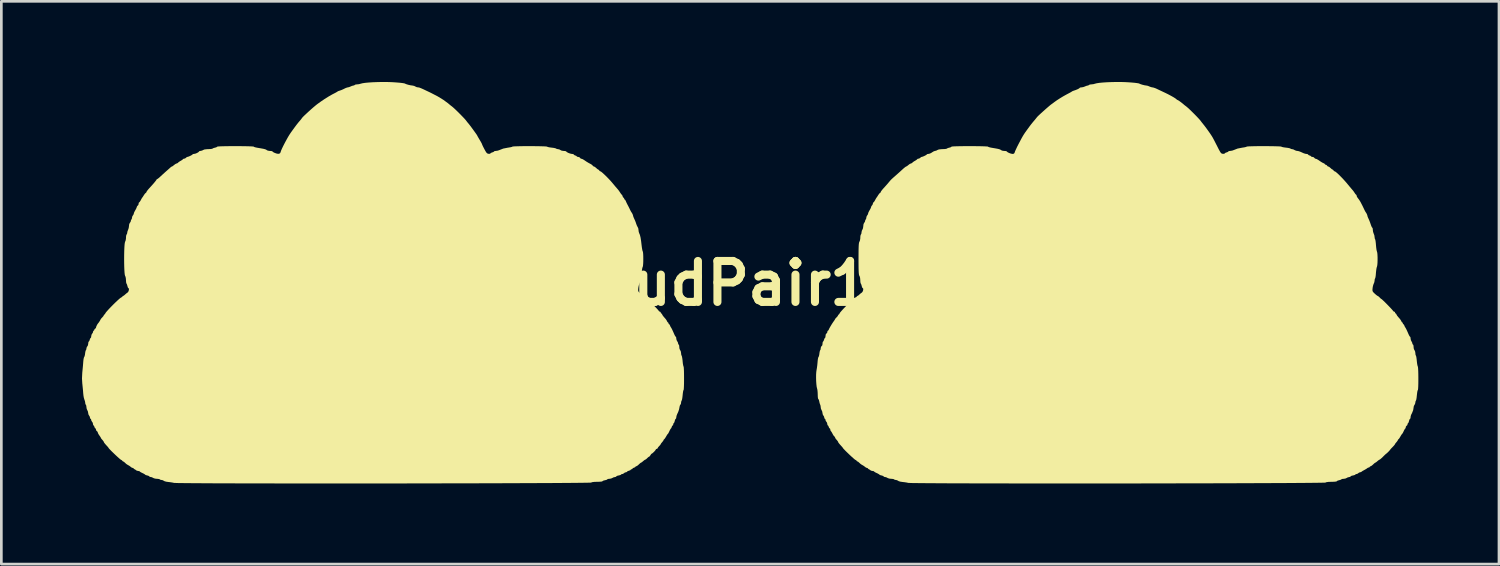
<source format=kicad_pcb>
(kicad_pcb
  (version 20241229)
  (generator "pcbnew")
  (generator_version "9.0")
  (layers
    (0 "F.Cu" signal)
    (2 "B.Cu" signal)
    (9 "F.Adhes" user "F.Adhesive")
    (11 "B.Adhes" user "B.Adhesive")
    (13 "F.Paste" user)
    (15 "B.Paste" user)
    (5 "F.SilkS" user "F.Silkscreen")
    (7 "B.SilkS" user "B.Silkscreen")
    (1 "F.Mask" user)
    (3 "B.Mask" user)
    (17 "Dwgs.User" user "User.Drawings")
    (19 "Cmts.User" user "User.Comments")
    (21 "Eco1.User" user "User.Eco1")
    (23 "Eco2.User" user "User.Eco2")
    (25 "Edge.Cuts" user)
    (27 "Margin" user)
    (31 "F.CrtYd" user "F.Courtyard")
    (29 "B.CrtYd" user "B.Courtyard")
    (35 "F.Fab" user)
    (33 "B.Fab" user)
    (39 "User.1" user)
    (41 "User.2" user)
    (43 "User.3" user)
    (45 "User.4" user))
  (footprint "CloudPair1.96"
    (layer "F.Cu")
    (at 24.874 7.493)
    (property "Reference" "CloudPair1.96" (at 0 0 0) (layer "F.SilkS") (effects (font (size 1.524 1.524) (thickness 0.3))))
    (attr board_only exclude_from_pos_files exclude_from_bom)
    (fp_poly (pts (xy -13.549 -7.493) (xy -13.385 -7.488) (xy -13.285 -7.483) (xy -13.157 -7.474) (xy -13.043 -7.464) (xy -12.951 -7.453) (xy -12.889 -7.443) (xy -12.867 -7.437) (xy -12.816 -7.414) (xy -12.74 -7.39) (xy -12.657 -7.371) (xy -12.587 -7.361) (xy -12.576 -7.36) (xy -12.514 -7.346) (xy -12.476 -7.326) (xy -12.418 -7.3) (xy -12.377 -7.293) (xy -12.354 -7.291) (xy -12.328 -7.286) (xy -12.292 -7.273) (xy -12.241 -7.252) (xy -12.169 -7.22) (xy -12.071 -7.173) (xy -11.94 -7.111) (xy -11.875 -7.079) (xy -11.638 -6.956) (xy -11.429 -6.828) (xy -11.255 -6.7) (xy -11.204 -6.657) (xy -11.171 -6.629) (xy -11.12 -6.59) (xy -11.105 -6.579) (xy -11.055 -6.536) (xy -10.984 -6.471) (xy -10.9 -6.39) (xy -10.812 -6.302) (xy -10.727 -6.215) (xy -10.653 -6.138) (xy -10.6 -6.078) (xy -10.581 -6.054) (xy -10.54 -5.999) (xy -10.503 -5.956) (xy -10.476 -5.923) (xy -10.431 -5.865) (xy -10.377 -5.793) (xy -10.319 -5.714) (xy -10.263 -5.636) (xy -10.215 -5.569) (xy -10.181 -5.52) (xy -10.169 -5.498) (xy -10.169 -5.498) (xy -10.158 -5.475) (xy -10.129 -5.424) (xy -10.089 -5.356) (xy -10.08 -5.341) (xy -10.037 -5.269) (xy -10.006 -5.212) (xy -9.991 -5.179) (xy -9.991 -5.177) (xy -9.981 -5.15) (xy -9.955 -5.094) (xy -9.917 -5.02) (xy -9.903 -4.993) (xy -9.858 -4.911) (xy -9.824 -4.86) (xy -9.794 -4.834) (xy -9.76 -4.823) (xy -9.747 -4.821) (xy -9.7 -4.822) (xy -9.678 -4.835) (xy -9.678 -4.836) (xy -9.659 -4.856) (xy -9.613 -4.872) (xy -9.611 -4.873) (xy -9.565 -4.889) (xy -9.545 -4.907) (xy -9.545 -4.908) (xy -9.525 -4.922) (xy -9.478 -4.928) (xy -9.475 -4.928) (xy -9.404 -4.939) (xy -9.347 -4.959) (xy -9.201 -5.016) (xy -9.021 -5.051) (xy -9.003 -5.053) (xy -8.932 -5.065) (xy -8.88 -5.078) (xy -8.862 -5.088) (xy -8.838 -5.093) (xy -8.775 -5.098) (xy -8.682 -5.101) (xy -8.565 -5.104) (xy -8.43 -5.106) (xy -8.286 -5.106) (xy -8.139 -5.106) (xy -7.995 -5.105) (xy -7.861 -5.103) (xy -7.746 -5.1) (xy -7.654 -5.097) (xy -7.594 -5.092) (xy -7.572 -5.087) (xy -7.545 -5.075) (xy -7.487 -5.062) (xy -7.408 -5.051) (xy -7.404 -5.051) (xy -7.325 -5.041) (xy -7.264 -5.028) (xy -7.235 -5.016) (xy -7.235 -5.015) (xy -7.206 -5) (xy -7.167 -4.995) (xy -7.11 -4.982) (xy -7.077 -4.962) (xy -7.034 -4.94) (xy -6.97 -4.929) (xy -6.958 -4.928) (xy -6.901 -4.924) (xy -6.868 -4.915) (xy -6.865 -4.912) (xy -6.835 -4.884) (xy -6.779 -4.854) (xy -6.712 -4.83) (xy -6.653 -4.817) (xy -6.644 -4.817) (xy -6.597 -4.81) (xy -6.579 -4.795) (xy -6.56 -4.774) (xy -6.523 -4.759) (xy -6.481 -4.742) (xy -6.467 -4.725) (xy -6.448 -4.71) (xy -6.414 -4.705) (xy -6.367 -4.693) (xy -6.348 -4.672) (xy -6.317 -4.642) (xy -6.299 -4.638) (xy -6.258 -4.626) (xy -6.204 -4.596) (xy -6.192 -4.588) (xy -6.102 -4.527) (xy -6.02 -4.478) (xy -5.958 -4.446) (xy -5.906 -4.414) (xy -5.874 -4.383) (xy -5.872 -4.378) (xy -5.842 -4.351) (xy -5.828 -4.349) (xy -5.792 -4.333) (xy -5.748 -4.296) (xy -5.744 -4.293) (xy -5.703 -4.255) (xy -5.672 -4.237) (xy -5.67 -4.237) (xy -5.643 -4.219) (xy -5.634 -4.204) (xy -5.605 -4.174) (xy -5.589 -4.17) (xy -5.56 -4.155) (xy -5.509 -4.113) (xy -5.441 -4.051) (xy -5.364 -3.977) (xy -5.285 -3.896) (xy -5.21 -3.816) (xy -5.151 -3.748) (xy -5.025 -3.597) (xy -4.932 -3.49) (xy -4.893 -3.439) (xy -4.852 -3.377) (xy -4.849 -3.373) (xy -4.818 -3.326) (xy -4.795 -3.301) (xy -4.792 -3.3) (xy -4.776 -3.282) (xy -4.763 -3.245) (xy -4.745 -3.203) (xy -4.727 -3.189) (xy -4.708 -3.171) (xy -4.705 -3.155) (xy -4.694 -3.126) (xy -4.685 -3.122) (xy -4.664 -3.104) (xy -4.642 -3.061) (xy -4.615 -2.999) (xy -4.58 -2.929) (xy -4.575 -2.921) (xy -4.537 -2.848) (xy -4.497 -2.767) (xy -4.491 -2.754) (xy -4.463 -2.697) (xy -4.442 -2.66) (xy -4.438 -2.654) (xy -4.411 -2.615) (xy -4.385 -2.562) (xy -4.371 -2.519) (xy -4.371 -2.514) (xy -4.361 -2.477) (xy -4.337 -2.421) (xy -4.331 -2.408) (xy -4.298 -2.336) (xy -4.266 -2.251) (xy -4.26 -2.23) (xy -4.235 -2.162) (xy -4.209 -2.108) (xy -4.2 -2.094) (xy -4.179 -2.048) (xy -4.17 -1.987) (xy -4.162 -1.919) (xy -4.144 -1.866) (xy -4.117 -1.801) (xy -4.094 -1.707) (xy -4.074 -1.58) (xy -4.056 -1.427) (xy -4.044 -1.333) (xy -4.031 -1.256) (xy -4.019 -1.206) (xy -4.013 -1.194) (xy -4.004 -1.163) (xy -3.997 -1.098) (xy -3.993 -1.011) (xy -3.992 -0.911) (xy -3.993 -0.811) (xy -3.997 -0.721) (xy -4.004 -0.651) (xy -4.013 -0.613) (xy -4.015 -0.61) (xy -4.027 -0.579) (xy -4.039 -0.514) (xy -4.049 -0.429) (xy -4.052 -0.393) (xy -4.06 -0.305) (xy -4.07 -0.234) (xy -4.08 -0.193) (xy -4.084 -0.187) (xy -4.098 -0.159) (xy -4.103 -0.109) (xy -4.114 -0.043) (xy -4.134 0.006) (xy -4.154 0.057) (xy -4.171 0.131) (xy -4.178 0.175) (xy -4.184 0.244) (xy -4.178 0.289) (xy -4.153 0.328) (xy -4.102 0.378) (xy -4.098 0.382) (xy -4.043 0.429) (xy -3.998 0.461) (xy -3.979 0.468) (xy -3.949 0.485) (xy -3.912 0.524) (xy -3.912 0.524) (xy -3.878 0.563) (xy -3.854 0.58) (xy -3.854 0.58) (xy -3.832 0.595) (xy -3.787 0.635) (xy -3.726 0.694) (xy -3.655 0.764) (xy -3.583 0.838) (xy -3.515 0.909) (xy -3.459 0.969) (xy -3.423 1.011) (xy -3.412 1.028) (xy -3.394 1.046) (xy -3.378 1.048) (xy -3.349 1.066) (xy -3.345 1.082) (xy -3.334 1.111) (xy -3.324 1.115) (xy -3.301 1.133) (xy -3.29 1.157) (xy -3.267 1.198) (xy -3.224 1.252) (xy -3.202 1.276) (xy -3.154 1.332) (xy -3.119 1.384) (xy -3.112 1.401) (xy -3.092 1.439) (xy -3.076 1.45) (xy -3.057 1.468) (xy -3.055 1.483) (xy -3.044 1.513) (xy -3.034 1.516) (xy -3.012 1.535) (xy -2.998 1.567) (xy -2.98 1.61) (xy -2.969 1.628) (xy -2.949 1.658) (xy -2.916 1.721) (xy -2.876 1.809) (xy -2.841 1.89) (xy -2.814 1.946) (xy -2.791 1.98) (xy -2.783 1.985) (xy -2.77 2.004) (xy -2.765 2.05) (xy -2.754 2.109) (xy -2.732 2.149) (xy -2.704 2.198) (xy -2.698 2.228) (xy -2.689 2.266) (xy -2.676 2.275) (xy -2.662 2.294) (xy -2.654 2.344) (xy -2.654 2.362) (xy -2.646 2.428) (xy -2.625 2.477) (xy -2.62 2.483) (xy -2.597 2.528) (xy -2.587 2.59) (xy -2.587 2.592) (xy -2.581 2.65) (xy -2.567 2.687) (xy -2.566 2.688) (xy -2.554 2.719) (xy -2.542 2.783) (xy -2.531 2.867) (xy -2.529 2.894) (xy -2.52 2.981) (xy -2.508 3.048) (xy -2.498 3.086) (xy -2.494 3.091) (xy -2.488 3.115) (xy -2.483 3.176) (xy -2.479 3.264) (xy -2.477 3.371) (xy -2.476 3.489) (xy -2.476 3.609) (xy -2.477 3.725) (xy -2.48 3.827) (xy -2.484 3.907) (xy -2.489 3.957) (xy -2.494 3.969) (xy -2.505 3.99) (xy -2.515 4.045) (xy -2.525 4.123) (xy -2.527 4.152) (xy -2.537 4.239) (xy -2.548 4.31) (xy -2.561 4.352) (xy -2.564 4.357) (xy -2.581 4.395) (xy -2.587 4.44) (xy -2.594 4.487) (xy -2.61 4.509) (xy -2.627 4.533) (xy -2.642 4.586) (xy -2.645 4.605) (xy -2.662 4.691) (xy -2.691 4.776) (xy -2.734 4.869) (xy -2.757 4.932) (xy -2.765 4.986) (xy -2.773 5.027) (xy -2.787 5.04) (xy -2.804 5.059) (xy -2.82 5.107) (xy -2.822 5.118) (xy -2.837 5.169) (xy -2.854 5.195) (xy -2.857 5.196) (xy -2.873 5.215) (xy -2.877 5.241) (xy -2.886 5.277) (xy -2.899 5.285) (xy -2.92 5.304) (xy -2.934 5.341) (xy -2.95 5.383) (xy -2.963 5.397) (xy -2.979 5.416) (xy -3.005 5.463) (xy -3.021 5.497) (xy -3.049 5.555) (xy -3.07 5.591) (xy -3.077 5.597) (xy -3.094 5.615) (xy -3.123 5.661) (xy -3.144 5.698) (xy -3.179 5.755) (xy -3.206 5.791) (xy -3.216 5.798) (xy -3.233 5.815) (xy -3.234 5.821) (xy -3.248 5.852) (xy -3.282 5.897) (xy -3.289 5.905) (xy -3.326 5.949) (xy -3.344 5.98) (xy -3.345 5.983) (xy -3.36 6.009) (xy -3.396 6.048) (xy -3.401 6.053) (xy -3.439 6.095) (xy -3.456 6.128) (xy -3.457 6.13) (xy -3.475 6.152) (xy -3.49 6.155) (xy -3.52 6.166) (xy -3.523 6.175) (xy -3.538 6.203) (xy -3.574 6.246) (xy -3.619 6.29) (xy -3.658 6.324) (xy -3.677 6.333) (xy -3.699 6.351) (xy -3.724 6.389) (xy -3.752 6.43) (xy -3.774 6.445) (xy -3.801 6.46) (xy -3.841 6.496) (xy -3.845 6.501) (xy -3.885 6.538) (xy -3.915 6.556) (xy -3.916 6.556) (xy -3.945 6.57) (xy -3.988 6.604) (xy -3.997 6.612) (xy -4.041 6.649) (xy -4.071 6.668) (xy -4.074 6.668) (xy -4.1 6.683) (xy -4.142 6.72) (xy -4.157 6.735) (xy -4.205 6.777) (xy -4.244 6.8) (xy -4.252 6.802) (xy -4.279 6.813) (xy -4.282 6.821) (xy -4.301 6.841) (xy -4.337 6.855) (xy -4.379 6.873) (xy -4.393 6.891) (xy -4.411 6.911) (xy -4.427 6.913) (xy -4.456 6.924) (xy -4.46 6.934) (xy -4.479 6.952) (xy -4.526 6.969) (xy -4.527 6.969) (xy -4.574 6.985) (xy -4.594 7.004) (xy -4.594 7.004) (xy -4.612 7.021) (xy -4.636 7.025) (xy -4.685 7.041) (xy -4.705 7.058) (xy -4.749 7.087) (xy -4.775 7.091) (xy -4.81 7.1) (xy -4.817 7.111) (xy -4.837 7.126) (xy -4.886 7.141) (xy -4.906 7.145) (xy -4.962 7.158) (xy -4.993 7.176) (xy -4.995 7.181) (xy -5.014 7.198) (xy -5.045 7.204) (xy -5.104 7.218) (xy -5.139 7.237) (xy -5.192 7.26) (xy -5.256 7.27) (xy -5.306 7.275) (xy -5.329 7.288) (xy -5.33 7.289) (xy -5.349 7.305) (xy -5.399 7.319) (xy -5.419 7.323) (xy -5.475 7.337) (xy -5.506 7.354) (xy -5.508 7.359) (xy -5.529 7.37) (xy -5.587 7.377) (xy -5.672 7.381) (xy -5.704 7.381) (xy -5.819 7.385) (xy -5.896 7.395) (xy -5.929 7.409) (xy -5.953 7.412) (xy -6.02 7.414) (xy -6.128 7.416) (xy -6.274 7.418) (xy -6.457 7.42) (xy -6.675 7.422) (xy -6.926 7.424) (xy -7.208 7.426) (xy -7.518 7.428) (xy -7.856 7.429) (xy -8.219 7.431) (xy -8.604 7.432) (xy -9.011 7.434) (xy -9.437 7.435) (xy -9.88 7.436) (xy -10.339 7.438) (xy -10.81 7.439) (xy -11.293 7.439) (xy -11.785 7.44) (xy -12.285 7.441) (xy -12.79 7.442) (xy -13.298 7.442) (xy -13.808 7.443) (xy -14.318 7.443) (xy -14.825 7.443) (xy -15.328 7.443) (xy -15.824 7.443) (xy -16.313 7.443) (xy -16.791 7.443) (xy -17.256 7.442) (xy -17.708 7.442) (xy -18.143 7.441) (xy -18.561 7.441) (xy -18.958 7.44) (xy -19.333 7.439) (xy -19.685 7.438) (xy -20.01 7.437) (xy -20.308 7.435) (xy -20.575 7.434) (xy -20.811 7.432) (xy -21.014 7.43) (xy -21.18 7.429) (xy -21.309 7.427) (xy -21.398 7.424) (xy -21.446 7.422) (xy -21.453 7.421) (xy -21.52 7.407) (xy -21.608 7.394) (xy -21.663 7.388) (xy -21.74 7.377) (xy -21.801 7.36) (xy -21.826 7.346) (xy -21.873 7.321) (xy -21.91 7.314) (xy -21.957 7.306) (xy -21.977 7.292) (xy -22.006 7.278) (xy -22.062 7.271) (xy -22.085 7.27) (xy -22.156 7.262) (xy -22.213 7.244) (xy -22.224 7.237) (xy -22.279 7.21) (xy -22.317 7.204) (xy -22.356 7.195) (xy -22.367 7.182) (xy -22.387 7.164) (xy -22.435 7.148) (xy -22.445 7.146) (xy -22.497 7.132) (xy -22.523 7.118) (xy -22.523 7.116) (xy -22.542 7.1) (xy -22.589 7.073) (xy -22.623 7.057) (xy -22.681 7.029) (xy -22.718 7.005) (xy -22.724 6.997) (xy -22.743 6.984) (xy -22.778 6.98) (xy -22.835 6.967) (xy -22.866 6.947) (xy -22.903 6.919) (xy -22.923 6.913) (xy -22.946 6.897) (xy -22.947 6.891) (xy -22.965 6.871) (xy -22.979 6.868) (xy -23.022 6.854) (xy -23.041 6.841) (xy -23.105 6.791) (xy -23.18 6.747) (xy -23.192 6.741) (xy -23.23 6.714) (xy -23.272 6.675) (xy -23.313 6.638) (xy -23.345 6.623) (xy -23.345 6.623) (xy -23.369 6.609) (xy -23.371 6.602) (xy -23.389 6.58) (xy -23.416 6.567) (xy -23.444 6.549) (xy -23.494 6.506) (xy -23.56 6.447) (xy -23.634 6.378) (xy -23.71 6.305) (xy -23.78 6.237) (xy -23.837 6.178) (xy -23.874 6.138) (xy -23.884 6.122) (xy -23.897 6.102) (xy -23.931 6.062) (xy -23.945 6.048) (xy -24.014 5.971) (xy -24.052 5.922) (xy -24.062 5.898) (xy -24.073 5.875) (xy -24.109 5.829) (xy -24.146 5.788) (xy -24.169 5.755) (xy -24.173 5.742) (xy -24.186 5.717) (xy -24.217 5.672) (xy -24.229 5.655) (xy -24.265 5.601) (xy -24.284 5.556) (xy -24.285 5.547) (xy -24.303 5.51) (xy -24.318 5.5) (xy -24.346 5.47) (xy -24.352 5.442) (xy -24.361 5.405) (xy -24.374 5.397) (xy -24.395 5.378) (xy -24.41 5.341) (xy -24.427 5.299) (xy -24.444 5.285) (xy -24.459 5.266) (xy -24.463 5.232) (xy -24.477 5.179) (xy -24.497 5.151) (xy -24.525 5.107) (xy -24.53 5.082) (xy -24.54 5.047) (xy -24.553 5.04) (xy -24.571 5.021) (xy -24.575 4.997) (xy -24.59 4.946) (xy -24.608 4.92) (xy -24.634 4.874) (xy -24.643 4.824) (xy -24.655 4.761) (xy -24.676 4.718) (xy -24.699 4.665) (xy -24.709 4.602) (xy -24.715 4.548) (xy -24.73 4.516) (xy -24.731 4.516) (xy -24.748 4.485) (xy -24.753 4.445) (xy -24.763 4.385) (xy -24.786 4.318) (xy -24.786 4.318) (xy -24.804 4.26) (xy -24.819 4.175) (xy -24.828 4.092) (xy -24.835 3.994) (xy -24.847 3.874) (xy -24.859 3.755) (xy -24.862 3.732) (xy -24.874 3.536) (xy -24.864 3.335) (xy -24.862 3.308) (xy -24.85 3.189) (xy -24.838 3.063) (xy -24.829 2.951) (xy -24.827 2.921) (xy -24.819 2.839) (xy -24.807 2.775) (xy -24.795 2.741) (xy -24.793 2.74) (xy -24.778 2.711) (xy -24.764 2.653) (xy -24.759 2.611) (xy -24.749 2.544) (xy -24.736 2.497) (xy -24.728 2.485) (xy -24.713 2.455) (xy -24.709 2.421) (xy -24.695 2.368) (xy -24.675 2.342) (xy -24.652 2.301) (xy -24.642 2.242) (xy -24.642 2.238) (xy -24.636 2.188) (xy -24.623 2.164) (xy -24.621 2.163) (xy -24.603 2.144) (xy -24.586 2.098) (xy -24.586 2.096) (xy -24.57 2.049) (xy -24.551 2.029) (xy -24.551 2.029) (xy -24.536 2.01) (xy -24.53 1.965) (xy -24.519 1.909) (xy -24.497 1.873) (xy -24.468 1.829) (xy -24.463 1.804) (xy -24.454 1.769) (xy -24.441 1.762) (xy -24.421 1.744) (xy -24.419 1.731) (xy -24.401 1.696) (xy -24.385 1.687) (xy -24.356 1.657) (xy -24.352 1.639) (xy -24.34 1.599) (xy -24.313 1.542) (xy -24.28 1.491) (xy -24.263 1.472) (xy -24.24 1.441) (xy -24.208 1.391) (xy -24.182 1.342) (xy -24.18 1.339) (xy -24.153 1.3) (xy -24.113 1.258) (xy -24.077 1.217) (xy -24.062 1.185) (xy -24.062 1.185) (xy -24.048 1.161) (xy -24.041 1.16) (xy -24.019 1.141) (xy -24.006 1.114) (xy -23.985 1.081) (xy -23.937 1.025) (xy -23.87 0.951) (xy -23.79 0.868) (xy -23.704 0.781) (xy -23.618 0.697) (xy -23.539 0.623) (xy -23.474 0.565) (xy -23.429 0.531) (xy -23.418 0.525) (xy -23.38 0.505) (xy -23.371 0.489) (xy -23.354 0.469) (xy -23.347 0.468) (xy -23.317 0.454) (xy -23.275 0.419) (xy -23.275 0.418) (xy -23.224 0.373) (xy -23.181 0.343) (xy -23.153 0.313) (xy -23.134 0.266) (xy -23.126 0.218) (xy -23.133 0.185) (xy -23.145 0.178) (xy -23.164 0.159) (xy -23.18 0.111) (xy -23.183 0.1) (xy -23.198 0.045) (xy -23.215 0.011) (xy -23.217 0.01) (xy -23.228 -0.018) (xy -23.235 -0.075) (xy -23.237 -0.12) (xy -23.244 -0.202) (xy -23.261 -0.265) (xy -23.27 -0.28) (xy -23.281 -0.317) (xy -23.29 -0.391) (xy -23.297 -0.495) (xy -23.302 -0.621) (xy -23.305 -0.763) (xy -23.306 -0.911) (xy -23.305 -1.06) (xy -23.302 -1.202) (xy -23.297 -1.329) (xy -23.29 -1.434) (xy -23.281 -1.509) (xy -23.27 -1.548) (xy -23.27 -1.549) (xy -23.25 -1.597) (xy -23.238 -1.668) (xy -23.237 -1.698) (xy -23.233 -1.763) (xy -23.222 -1.808) (xy -23.215 -1.817) (xy -23.197 -1.849) (xy -23.192 -1.88) (xy -23.182 -1.935) (xy -23.159 -1.993) (xy -23.136 -2.06) (xy -23.125 -2.137) (xy -23.125 -2.141) (xy -23.117 -2.205) (xy -23.095 -2.25) (xy -23.092 -2.252) (xy -23.063 -2.296) (xy -23.058 -2.321) (xy -23.048 -2.362) (xy -23.036 -2.375) (xy -23.019 -2.406) (xy -23.014 -2.442) (xy -23 -2.498) (xy -22.98 -2.528) (xy -22.953 -2.571) (xy -22.947 -2.597) (xy -22.936 -2.636) (xy -22.907 -2.694) (xy -22.891 -2.721) (xy -22.858 -2.781) (xy -22.838 -2.83) (xy -22.835 -2.844) (xy -22.817 -2.881) (xy -22.802 -2.891) (xy -22.776 -2.921) (xy -22.769 -2.957) (xy -22.762 -2.998) (xy -22.75 -3.011) (xy -22.729 -3.029) (xy -22.699 -3.074) (xy -22.688 -3.094) (xy -22.659 -3.149) (xy -22.638 -3.184) (xy -22.634 -3.189) (xy -22.615 -3.213) (xy -22.584 -3.262) (xy -22.57 -3.284) (xy -22.535 -3.335) (xy -22.506 -3.364) (xy -22.499 -3.367) (xy -22.48 -3.385) (xy -22.479 -3.395) (xy -22.464 -3.425) (xy -22.427 -3.475) (xy -22.384 -3.525) (xy -22.291 -3.627) (xy -22.211 -3.717) (xy -22.15 -3.79) (xy -22.111 -3.841) (xy -22.1 -3.863) (xy -22.083 -3.88) (xy -22.078 -3.88) (xy -22.052 -3.895) (xy -22.005 -3.932) (xy -21.958 -3.975) (xy -21.888 -4.04) (xy -21.803 -4.117) (xy -21.731 -4.181) (xy -21.665 -4.239) (xy -21.61 -4.288) (xy -21.576 -4.319) (xy -21.574 -4.321) (xy -21.54 -4.345) (xy -21.527 -4.349) (xy -21.5 -4.362) (xy -21.457 -4.397) (xy -21.448 -4.404) (xy -21.399 -4.441) (xy -21.359 -4.46) (xy -21.355 -4.46) (xy -21.313 -4.477) (xy -21.303 -4.488) (xy -21.273 -4.516) (xy -21.22 -4.55) (xy -21.202 -4.56) (xy -21.15 -4.591) (xy -21.121 -4.616) (xy -21.118 -4.621) (xy -21.1 -4.636) (xy -21.076 -4.638) (xy -21.027 -4.655) (xy -21.007 -4.672) (xy -20.973 -4.7) (xy -20.956 -4.705) (xy -20.918 -4.714) (xy -20.864 -4.736) (xy -20.81 -4.763) (xy -20.771 -4.787) (xy -20.762 -4.799) (xy -20.742 -4.813) (xy -20.708 -4.817) (xy -20.658 -4.826) (xy -20.6 -4.849) (xy -20.548 -4.878) (xy -20.519 -4.905) (xy -20.516 -4.912) (xy -20.497 -4.925) (xy -20.465 -4.928) (xy -20.405 -4.942) (xy -20.37 -4.961) (xy -20.314 -4.983) (xy -20.222 -4.993) (xy -20.177 -4.995) (xy -20.1 -4.998) (xy -20.042 -5.005) (xy -20.016 -5.015) (xy -19.988 -5.032) (xy -19.934 -5.048) (xy -19.926 -5.049) (xy -19.874 -5.064) (xy -19.848 -5.082) (xy -19.847 -5.085) (xy -19.825 -5.092) (xy -19.762 -5.097) (xy -19.661 -5.101) (xy -19.524 -5.104) (xy -19.355 -5.106) (xy -19.167 -5.107) (xy -18.998 -5.106) (xy -18.844 -5.104) (xy -18.711 -5.102) (xy -18.604 -5.098) (xy -18.529 -5.094) (xy -18.491 -5.09) (xy -18.487 -5.088) (xy -18.467 -5.075) (xy -18.414 -5.059) (xy -18.339 -5.044) (xy -18.336 -5.044) (xy -18.212 -5.023) (xy -18.125 -5.007) (xy -18.066 -4.992) (xy -18.029 -4.978) (xy -18.005 -4.963) (xy -18.001 -4.959) (xy -17.96 -4.939) (xy -17.898 -4.929) (xy -17.885 -4.928) (xy -17.828 -4.924) (xy -17.795 -4.915) (xy -17.792 -4.912) (xy -17.762 -4.884) (xy -17.704 -4.855) (xy -17.637 -4.831) (xy -17.577 -4.82) (xy -17.56 -4.821) (xy -17.51 -4.837) (xy -17.486 -4.879) (xy -17.482 -4.895) (xy -17.465 -4.945) (xy -17.43 -5.024) (xy -17.382 -5.123) (xy -17.326 -5.232) (xy -17.266 -5.343) (xy -17.208 -5.447) (xy -17.164 -5.52) (xy -17.112 -5.599) (xy -17.044 -5.694) (xy -16.97 -5.796) (xy -16.897 -5.894) (xy -16.831 -5.978) (xy -16.782 -6.036) (xy -16.775 -6.043) (xy -16.726 -6.101) (xy -16.687 -6.155) (xy -16.66 -6.187) (xy -16.606 -6.241) (xy -16.532 -6.31) (xy -16.446 -6.39) (xy -16.355 -6.472) (xy -16.266 -6.55) (xy -16.186 -6.617) (xy -16.129 -6.663) (xy -15.997 -6.759) (xy -15.849 -6.859) (xy -15.699 -6.953) (xy -15.561 -7.032) (xy -15.51 -7.058) (xy -15.44 -7.094) (xy -15.388 -7.124) (xy -15.365 -7.14) (xy -15.337 -7.155) (xy -15.287 -7.171) (xy -15.226 -7.192) (xy -15.151 -7.225) (xy -15.122 -7.24) (xy -15.057 -7.271) (xy -15.002 -7.289) (xy -14.985 -7.292) (xy -14.938 -7.302) (xy -14.882 -7.325) (xy -14.826 -7.349) (xy -14.781 -7.359) (xy -14.74 -7.371) (xy -14.729 -7.381) (xy -14.7 -7.397) (xy -14.646 -7.404) (xy -14.64 -7.404) (xy -14.566 -7.412) (xy -14.502 -7.43) (xy -14.439 -7.446) (xy -14.339 -7.461) (xy -14.209 -7.473) (xy -14.058 -7.483) (xy -13.892 -7.489) (xy -13.72 -7.493)) (stroke (width 0) (type solid)) (fill yes) (layer "F.SilkS"))
    (fp_poly (pts (xy 13.769 -7.493) (xy 13.932 -7.488) (xy 14.032 -7.483) (xy 14.161 -7.474) (xy 14.275 -7.464) (xy 14.367 -7.453) (xy 14.429 -7.443) (xy 14.451 -7.437) (xy 14.498 -7.416) (xy 14.57 -7.392) (xy 14.649 -7.372) (xy 14.715 -7.361) (xy 14.729 -7.36) (xy 14.781 -7.349) (xy 14.838 -7.325) (xy 14.898 -7.302) (xy 14.949 -7.292) (xy 14.995 -7.283) (xy 15.063 -7.259) (xy 15.108 -7.239) (xy 15.179 -7.205) (xy 15.275 -7.16) (xy 15.378 -7.111) (xy 15.421 -7.091) (xy 15.535 -7.035) (xy 15.642 -6.978) (xy 15.734 -6.926) (xy 15.805 -6.881) (xy 15.845 -6.849) (xy 15.852 -6.841) (xy 15.877 -6.824) (xy 15.881 -6.824) (xy 15.909 -6.811) (xy 15.959 -6.778) (xy 16.021 -6.732) (xy 16.083 -6.683) (xy 16.113 -6.657) (xy 16.146 -6.629) (xy 16.198 -6.59) (xy 16.212 -6.579) (xy 16.263 -6.536) (xy 16.334 -6.471) (xy 16.417 -6.39) (xy 16.506 -6.302) (xy 16.591 -6.215) (xy 16.664 -6.138) (xy 16.718 -6.078) (xy 16.737 -6.054) (xy 16.782 -5.994) (xy 16.834 -5.929) (xy 16.839 -5.923) (xy 16.892 -5.856) (xy 16.959 -5.767) (xy 17.029 -5.669) (xy 17.097 -5.573) (xy 17.151 -5.491) (xy 17.182 -5.441) (xy 17.209 -5.392) (xy 17.251 -5.313) (xy 17.301 -5.215) (xy 17.356 -5.108) (xy 17.362 -5.096) (xy 17.417 -4.987) (xy 17.458 -4.913) (xy 17.488 -4.865) (xy 17.514 -4.838) (xy 17.54 -4.826) (xy 17.568 -4.821) (xy 17.617 -4.822) (xy 17.639 -4.834) (xy 17.64 -4.836) (xy 17.659 -4.856) (xy 17.705 -4.872) (xy 17.706 -4.873) (xy 17.753 -4.889) (xy 17.773 -4.907) (xy 17.773 -4.908) (xy 17.793 -4.922) (xy 17.84 -4.928) (xy 17.842 -4.928) (xy 17.914 -4.939) (xy 17.971 -4.959) (xy 18.117 -5.016) (xy 18.297 -5.051) (xy 18.315 -5.053) (xy 18.386 -5.065) (xy 18.438 -5.078) (xy 18.455 -5.088) (xy 18.48 -5.093) (xy 18.543 -5.098) (xy 18.636 -5.101) (xy 18.753 -5.104) (xy 18.887 -5.106) (xy 19.032 -5.106) (xy 19.179 -5.106) (xy 19.323 -5.105) (xy 19.456 -5.103) (xy 19.572 -5.1) (xy 19.664 -5.097) (xy 19.724 -5.092) (xy 19.745 -5.087) (xy 19.772 -5.075) (xy 19.831 -5.062) (xy 19.91 -5.051) (xy 19.914 -5.051) (xy 19.993 -5.041) (xy 20.054 -5.028) (xy 20.082 -5.016) (xy 20.083 -5.015) (xy 20.113 -4.999) (xy 20.144 -4.995) (xy 20.201 -4.981) (xy 20.236 -4.961) (xy 20.292 -4.936) (xy 20.341 -4.928) (xy 20.396 -4.918) (xy 20.468 -4.891) (xy 20.507 -4.873) (xy 20.58 -4.84) (xy 20.648 -4.82) (xy 20.676 -4.817) (xy 20.721 -4.81) (xy 20.739 -4.795) (xy 20.758 -4.774) (xy 20.795 -4.759) (xy 20.837 -4.742) (xy 20.851 -4.725) (xy 20.87 -4.71) (xy 20.904 -4.705) (xy 20.95 -4.693) (xy 20.97 -4.672) (xy 21.001 -4.642) (xy 21.019 -4.638) (xy 21.059 -4.626) (xy 21.114 -4.596) (xy 21.125 -4.588) (xy 21.21 -4.53) (xy 21.27 -4.493) (xy 21.314 -4.472) (xy 21.325 -4.468) (xy 21.358 -4.448) (xy 21.364 -4.435) (xy 21.382 -4.418) (xy 21.398 -4.415) (xy 21.435 -4.397) (xy 21.445 -4.382) (xy 21.473 -4.352) (xy 21.49 -4.349) (xy 21.526 -4.333) (xy 21.57 -4.296) (xy 21.574 -4.293) (xy 21.615 -4.255) (xy 21.646 -4.237) (xy 21.648 -4.237) (xy 21.675 -4.219) (xy 21.684 -4.204) (xy 21.712 -4.174) (xy 21.728 -4.17) (xy 21.76 -4.154) (xy 21.816 -4.109) (xy 21.889 -4.041) (xy 21.973 -3.956) (xy 22.065 -3.859) (xy 22.157 -3.756) (xy 22.221 -3.679) (xy 22.287 -3.599) (xy 22.345 -3.53) (xy 22.387 -3.481) (xy 22.405 -3.461) (xy 22.435 -3.422) (xy 22.471 -3.368) (xy 22.472 -3.367) (xy 22.502 -3.322) (xy 22.526 -3.301) (xy 22.528 -3.3) (xy 22.543 -3.282) (xy 22.546 -3.261) (xy 22.56 -3.218) (xy 22.595 -3.169) (xy 22.597 -3.166) (xy 22.639 -3.111) (xy 22.684 -3.04) (xy 22.696 -3.018) (xy 22.73 -2.952) (xy 22.758 -2.898) (xy 22.765 -2.884) (xy 22.787 -2.838) (xy 22.818 -2.774) (xy 22.827 -2.754) (xy 22.855 -2.697) (xy 22.876 -2.66) (xy 22.88 -2.654) (xy 22.907 -2.615) (xy 22.933 -2.562) (xy 22.947 -2.519) (xy 22.947 -2.514) (xy 22.957 -2.477) (xy 22.981 -2.421) (xy 22.988 -2.408) (xy 23.017 -2.342) (xy 23.05 -2.256) (xy 23.068 -2.202) (xy 23.092 -2.134) (xy 23.114 -2.088) (xy 23.127 -2.074) (xy 23.141 -2.054) (xy 23.148 -2.005) (xy 23.148 -1.99) (xy 23.158 -1.918) (xy 23.179 -1.855) (xy 23.181 -1.851) (xy 23.205 -1.787) (xy 23.214 -1.724) (xy 23.22 -1.671) (xy 23.233 -1.642) (xy 23.234 -1.641) (xy 23.243 -1.615) (xy 23.253 -1.555) (xy 23.262 -1.472) (xy 23.265 -1.429) (xy 23.274 -1.334) (xy 23.285 -1.252) (xy 23.298 -1.197) (xy 23.302 -1.185) (xy 23.314 -1.14) (xy 23.321 -1.063) (xy 23.325 -0.966) (xy 23.325 -0.862) (xy 23.322 -0.762) (xy 23.315 -0.68) (xy 23.304 -0.626) (xy 23.301 -0.619) (xy 23.288 -0.576) (xy 23.276 -0.502) (xy 23.266 -0.411) (xy 23.264 -0.386) (xy 23.257 -0.299) (xy 23.247 -0.231) (xy 23.237 -0.192) (xy 23.234 -0.188) (xy 23.22 -0.159) (xy 23.215 -0.109) (xy 23.204 -0.043) (xy 23.184 0.006) (xy 23.164 0.057) (xy 23.146 0.131) (xy 23.14 0.175) (xy 23.134 0.244) (xy 23.14 0.289) (xy 23.165 0.328) (xy 23.216 0.378) (xy 23.22 0.382) (xy 23.274 0.429) (xy 23.315 0.46) (xy 23.332 0.468) (xy 23.358 0.483) (xy 23.398 0.519) (xy 23.402 0.524) (xy 23.44 0.562) (xy 23.465 0.58) (xy 23.467 0.58) (xy 23.488 0.595) (xy 23.532 0.636) (xy 23.593 0.694) (xy 23.663 0.764) (xy 23.735 0.838) (xy 23.803 0.909) (xy 23.858 0.969) (xy 23.895 1.011) (xy 23.906 1.028) (xy 23.924 1.046) (xy 23.939 1.048) (xy 23.969 1.066) (xy 23.973 1.082) (xy 23.984 1.111) (xy 23.994 1.115) (xy 24.017 1.133) (xy 24.028 1.157) (xy 24.051 1.198) (xy 24.094 1.252) (xy 24.116 1.276) (xy 24.164 1.332) (xy 24.198 1.384) (xy 24.206 1.401) (xy 24.226 1.439) (xy 24.242 1.45) (xy 24.26 1.468) (xy 24.263 1.483) (xy 24.274 1.513) (xy 24.283 1.516) (xy 24.305 1.535) (xy 24.32 1.567) (xy 24.338 1.61) (xy 24.349 1.628) (xy 24.369 1.658) (xy 24.402 1.721) (xy 24.442 1.809) (xy 24.477 1.89) (xy 24.504 1.946) (xy 24.527 1.98) (xy 24.535 1.985) (xy 24.548 2.004) (xy 24.553 2.047) (xy 24.564 2.111) (xy 24.585 2.153) (xy 24.612 2.203) (xy 24.619 2.236) (xy 24.63 2.269) (xy 24.642 2.275) (xy 24.656 2.294) (xy 24.664 2.344) (xy 24.664 2.362) (xy 24.672 2.428) (xy 24.692 2.477) (xy 24.698 2.483) (xy 24.72 2.528) (xy 24.731 2.59) (xy 24.731 2.595) (xy 24.736 2.651) (xy 24.748 2.683) (xy 24.75 2.685) (xy 24.761 2.711) (xy 24.772 2.771) (xy 24.782 2.852) (xy 24.784 2.881) (xy 24.794 2.969) (xy 24.806 3.04) (xy 24.818 3.082) (xy 24.821 3.087) (xy 24.828 3.115) (xy 24.834 3.178) (xy 24.838 3.267) (xy 24.841 3.376) (xy 24.842 3.494) (xy 24.842 3.615) (xy 24.841 3.73) (xy 24.838 3.831) (xy 24.834 3.91) (xy 24.828 3.958) (xy 24.823 3.969) (xy 24.812 3.99) (xy 24.801 4.045) (xy 24.791 4.124) (xy 24.787 4.159) (xy 24.778 4.246) (xy 24.767 4.316) (xy 24.755 4.356) (xy 24.751 4.361) (xy 24.736 4.391) (xy 24.731 4.43) (xy 24.718 4.487) (xy 24.698 4.519) (xy 24.674 4.564) (xy 24.664 4.625) (xy 24.65 4.713) (xy 24.607 4.824) (xy 24.573 4.889) (xy 24.557 4.942) (xy 24.553 4.984) (xy 24.545 5.026) (xy 24.531 5.04) (xy 24.514 5.059) (xy 24.498 5.107) (xy 24.495 5.118) (xy 24.481 5.169) (xy 24.464 5.195) (xy 24.461 5.196) (xy 24.445 5.215) (xy 24.441 5.238) (xy 24.426 5.28) (xy 24.408 5.293) (xy 24.38 5.323) (xy 24.374 5.351) (xy 24.367 5.388) (xy 24.357 5.397) (xy 24.34 5.416) (xy 24.313 5.463) (xy 24.297 5.497) (xy 24.269 5.555) (xy 24.247 5.591) (xy 24.24 5.597) (xy 24.224 5.615) (xy 24.194 5.661) (xy 24.173 5.698) (xy 24.139 5.755) (xy 24.112 5.791) (xy 24.101 5.798) (xy 24.085 5.815) (xy 24.084 5.821) (xy 24.07 5.852) (xy 24.036 5.897) (xy 24.029 5.905) (xy 23.992 5.948) (xy 23.973 5.979) (xy 23.973 5.982) (xy 23.958 6.006) (xy 23.921 6.049) (xy 23.884 6.088) (xy 23.835 6.138) (xy 23.803 6.174) (xy 23.794 6.187) (xy 23.78 6.206) (xy 23.746 6.244) (xy 23.704 6.286) (xy 23.668 6.32) (xy 23.65 6.333) (xy 23.631 6.348) (xy 23.59 6.386) (xy 23.535 6.44) (xy 23.531 6.445) (xy 23.473 6.5) (xy 23.427 6.54) (xy 23.401 6.556) (xy 23.401 6.556) (xy 23.373 6.57) (xy 23.33 6.604) (xy 23.321 6.612) (xy 23.277 6.649) (xy 23.246 6.668) (xy 23.243 6.668) (xy 23.218 6.683) (xy 23.176 6.72) (xy 23.161 6.735) (xy 23.113 6.777) (xy 23.074 6.8) (xy 23.066 6.802) (xy 23.039 6.815) (xy 23.036 6.824) (xy 23.018 6.844) (xy 23.004 6.846) (xy 22.961 6.861) (xy 22.943 6.874) (xy 22.905 6.901) (xy 22.846 6.935) (xy 22.824 6.947) (xy 22.769 6.977) (xy 22.733 7.002) (xy 22.728 7.008) (xy 22.702 7.022) (xy 22.68 7.025) (xy 22.633 7.041) (xy 22.612 7.058) (xy 22.568 7.087) (xy 22.543 7.091) (xy 22.508 7.1) (xy 22.501 7.111) (xy 22.481 7.126) (xy 22.432 7.141) (xy 22.412 7.145) (xy 22.356 7.158) (xy 22.325 7.176) (xy 22.323 7.181) (xy 22.304 7.198) (xy 22.272 7.204) (xy 22.214 7.218) (xy 22.179 7.237) (xy 22.126 7.261) (xy 22.063 7.27) (xy 22.01 7.275) (xy 21.979 7.289) (xy 21.978 7.29) (xy 21.95 7.307) (xy 21.897 7.322) (xy 21.888 7.324) (xy 21.836 7.339) (xy 21.81 7.357) (xy 21.81 7.36) (xy 21.789 7.37) (xy 21.733 7.377) (xy 21.652 7.381) (xy 21.613 7.381) (xy 21.499 7.385) (xy 21.422 7.395) (xy 21.389 7.409) (xy 21.365 7.412) (xy 21.298 7.414) (xy 21.19 7.416) (xy 21.044 7.418) (xy 20.861 7.42) (xy 20.643 7.422) (xy 20.392 7.424) (xy 20.11 7.426) (xy 19.799 7.428) (xy 19.462 7.429) (xy 19.099 7.431) (xy 18.713 7.432) (xy 18.307 7.434) (xy 17.881 7.435) (xy 17.438 7.436) (xy 16.979 7.438) (xy 16.508 7.439) (xy 16.025 7.439) (xy 15.533 7.44) (xy 15.033 7.441) (xy 14.528 7.442) (xy 14.019 7.442) (xy 13.509 7.443) (xy 13 7.443) (xy 12.493 7.443) (xy 11.99 7.443) (xy 11.493 7.443) (xy 11.005 7.443) (xy 10.527 7.443) (xy 10.062 7.442) (xy 9.61 7.442) (xy 9.175 7.441) (xy 8.757 7.441) (xy 8.36 7.44) (xy 7.984 7.439) (xy 7.633 7.438) (xy 7.308 7.437) (xy 7.01 7.435) (xy 6.742 7.434) (xy 6.506 7.432) (xy 6.304 7.43) (xy 6.138 7.429) (xy 6.009 7.427) (xy 5.92 7.424) (xy 5.872 7.422) (xy 5.865 7.421) (xy 5.798 7.407) (xy 5.71 7.394) (xy 5.655 7.388) (xy 5.578 7.377) (xy 5.517 7.36) (xy 5.492 7.346) (xy 5.445 7.321) (xy 5.408 7.314) (xy 5.361 7.306) (xy 5.341 7.292) (xy 5.312 7.278) (xy 5.256 7.271) (xy 5.232 7.27) (xy 5.162 7.262) (xy 5.105 7.244) (xy 5.094 7.237) (xy 5.039 7.21) (xy 5.001 7.204) (xy 4.962 7.195) (xy 4.951 7.182) (xy 4.931 7.164) (xy 4.883 7.148) (xy 4.873 7.146) (xy 4.821 7.132) (xy 4.795 7.118) (xy 4.795 7.116) (xy 4.776 7.1) (xy 4.729 7.073) (xy 4.694 7.057) (xy 4.636 7.029) (xy 4.6 7.005) (xy 4.594 6.997) (xy 4.575 6.984) (xy 4.54 6.98) (xy 4.483 6.967) (xy 4.452 6.947) (xy 4.414 6.919) (xy 4.395 6.913) (xy 4.372 6.897) (xy 4.371 6.891) (xy 4.353 6.871) (xy 4.339 6.868) (xy 4.296 6.854) (xy 4.277 6.841) (xy 4.212 6.791) (xy 4.138 6.747) (xy 4.126 6.741) (xy 4.088 6.714) (xy 4.045 6.675) (xy 4.004 6.638) (xy 3.973 6.623) (xy 3.972 6.623) (xy 3.948 6.609) (xy 3.947 6.602) (xy 3.929 6.58) (xy 3.901 6.567) (xy 3.874 6.549) (xy 3.824 6.506) (xy 3.758 6.447) (xy 3.684 6.378) (xy 3.608 6.305) (xy 3.538 6.237) (xy 3.481 6.178) (xy 3.444 6.138) (xy 3.434 6.122) (xy 3.421 6.102) (xy 3.386 6.062) (xy 3.373 6.048) (xy 3.304 5.971) (xy 3.266 5.922) (xy 3.256 5.898) (xy 3.245 5.875) (xy 3.209 5.829) (xy 3.172 5.788) (xy 3.148 5.75) (xy 3.144 5.734) (xy 3.128 5.703) (xy 3.115 5.693) (xy 3.088 5.663) (xy 3.056 5.609) (xy 3.048 5.593) (xy 3.018 5.537) (xy 2.993 5.501) (xy 2.988 5.497) (xy 2.969 5.466) (xy 2.966 5.44) (xy 2.957 5.404) (xy 2.944 5.397) (xy 2.923 5.378) (xy 2.908 5.341) (xy 2.891 5.299) (xy 2.874 5.285) (xy 2.859 5.266) (xy 2.854 5.232) (xy 2.841 5.179) (xy 2.821 5.151) (xy 2.792 5.107) (xy 2.788 5.082) (xy 2.778 5.047) (xy 2.765 5.04) (xy 2.747 5.021) (xy 2.743 4.997) (xy 2.728 4.946) (xy 2.709 4.92) (xy 2.684 4.874) (xy 2.675 4.824) (xy 2.663 4.761) (xy 2.642 4.718) (xy 2.617 4.662) (xy 2.609 4.612) (xy 2.602 4.55) (xy 2.588 4.51) (xy 2.57 4.462) (xy 2.555 4.397) (xy 2.554 4.388) (xy 2.54 4.334) (xy 2.523 4.305) (xy 2.519 4.304) (xy 2.509 4.283) (xy 2.501 4.229) (xy 2.498 4.153) (xy 2.498 4.138) (xy 2.494 4.047) (xy 2.486 3.965) (xy 2.474 3.911) (xy 2.473 3.91) (xy 2.458 3.846) (xy 2.447 3.749) (xy 2.439 3.633) (xy 2.436 3.51) (xy 2.437 3.392) (xy 2.444 3.291) (xy 2.452 3.234) (xy 2.467 3.148) (xy 2.481 3.041) (xy 2.491 2.935) (xy 2.491 2.932) (xy 2.499 2.847) (xy 2.51 2.78) (xy 2.522 2.743) (xy 2.525 2.74) (xy 2.541 2.711) (xy 2.554 2.653) (xy 2.559 2.611) (xy 2.569 2.544) (xy 2.582 2.497) (xy 2.59 2.485) (xy 2.604 2.456) (xy 2.609 2.409) (xy 2.62 2.358) (xy 2.643 2.333) (xy 2.668 2.301) (xy 2.676 2.242) (xy 2.681 2.19) (xy 2.694 2.164) (xy 2.697 2.163) (xy 2.715 2.144) (xy 2.731 2.098) (xy 2.732 2.096) (xy 2.748 2.049) (xy 2.767 2.029) (xy 2.767 2.029) (xy 2.781 2.01) (xy 2.787 1.962) (xy 2.788 1.954) (xy 2.797 1.893) (xy 2.821 1.865) (xy 2.849 1.835) (xy 2.854 1.807) (xy 2.863 1.77) (xy 2.874 1.762) (xy 2.897 1.744) (xy 2.907 1.723) (xy 2.931 1.67) (xy 2.973 1.596) (xy 3.023 1.513) (xy 3.073 1.437) (xy 3.091 1.412) (xy 3.125 1.364) (xy 3.143 1.331) (xy 3.144 1.327) (xy 3.159 1.304) (xy 3.195 1.267) (xy 3.2 1.262) (xy 3.238 1.22) (xy 3.256 1.187) (xy 3.256 1.185) (xy 3.27 1.161) (xy 3.277 1.16) (xy 3.299 1.141) (xy 3.312 1.113) (xy 3.334 1.079) (xy 3.382 1.023) (xy 3.449 0.949) (xy 3.529 0.866) (xy 3.615 0.779) (xy 3.701 0.695) (xy 3.78 0.621) (xy 3.845 0.564) (xy 3.889 0.53) (xy 3.9 0.525) (xy 3.938 0.505) (xy 3.947 0.489) (xy 3.964 0.469) (xy 3.971 0.468) (xy 4.001 0.454) (xy 4.043 0.419) (xy 4.043 0.418) (xy 4.094 0.373) (xy 4.137 0.343) (xy 4.164 0.313) (xy 4.184 0.266) (xy 4.192 0.218) (xy 4.185 0.185) (xy 4.173 0.178) (xy 4.154 0.159) (xy 4.137 0.111) (xy 4.135 0.1) (xy 4.12 0.045) (xy 4.103 0.011) (xy 4.101 0.01) (xy 4.09 -0.018) (xy 4.082 -0.075) (xy 4.081 -0.12) (xy 4.074 -0.202) (xy 4.057 -0.265) (xy 4.048 -0.28) (xy 4.038 -0.301) (xy 4.03 -0.336) (xy 4.024 -0.39) (xy 4.02 -0.469) (xy 4.017 -0.576) (xy 4.016 -0.719) (xy 4.015 -0.9) (xy 4.015 -0.914) (xy 4.016 -1.099) (xy 4.017 -1.243) (xy 4.02 -1.354) (xy 4.024 -1.434) (xy 4.03 -1.49) (xy 4.037 -1.526) (xy 4.047 -1.547) (xy 4.048 -1.549) (xy 4.068 -1.597) (xy 4.08 -1.668) (xy 4.081 -1.698) (xy 4.085 -1.763) (xy 4.096 -1.808) (xy 4.103 -1.817) (xy 4.12 -1.848) (xy 4.126 -1.893) (xy 4.137 -1.956) (xy 4.158 -1.997) (xy 4.18 -2.047) (xy 4.191 -2.116) (xy 4.192 -2.133) (xy 4.201 -2.202) (xy 4.222 -2.249) (xy 4.226 -2.252) (xy 4.254 -2.296) (xy 4.259 -2.321) (xy 4.27 -2.362) (xy 4.282 -2.375) (xy 4.299 -2.406) (xy 4.304 -2.442) (xy 4.318 -2.498) (xy 4.337 -2.528) (xy 4.365 -2.571) (xy 4.371 -2.597) (xy 4.382 -2.636) (xy 4.411 -2.694) (xy 4.427 -2.721) (xy 4.46 -2.78) (xy 4.48 -2.827) (xy 4.482 -2.84) (xy 4.498 -2.88) (xy 4.516 -2.899) (xy 4.544 -2.943) (xy 4.549 -2.969) (xy 4.558 -3.003) (xy 4.568 -3.011) (xy 4.589 -3.029) (xy 4.618 -3.074) (xy 4.629 -3.094) (xy 4.659 -3.149) (xy 4.68 -3.184) (xy 4.684 -3.189) (xy 4.702 -3.213) (xy 4.734 -3.262) (xy 4.747 -3.284) (xy 4.783 -3.335) (xy 4.811 -3.364) (xy 4.819 -3.367) (xy 4.838 -3.385) (xy 4.839 -3.396) (xy 4.853 -3.425) (xy 4.891 -3.476) (xy 4.944 -3.538) (xy 4.952 -3.546) (xy 5.02 -3.621) (xy 5.088 -3.698) (xy 5.136 -3.755) (xy 5.179 -3.806) (xy 5.213 -3.845) (xy 5.25 -3.882) (xy 5.297 -3.925) (xy 5.367 -3.986) (xy 5.386 -4.003) (xy 5.473 -4.08) (xy 5.569 -4.166) (xy 5.64 -4.231) (xy 5.702 -4.287) (xy 5.754 -4.328) (xy 5.784 -4.348) (xy 5.787 -4.348) (xy 5.817 -4.362) (xy 5.862 -4.397) (xy 5.87 -4.404) (xy 5.918 -4.441) (xy 5.959 -4.46) (xy 5.963 -4.46) (xy 6.004 -4.477) (xy 6.014 -4.488) (xy 6.044 -4.516) (xy 6.097 -4.55) (xy 6.116 -4.56) (xy 6.167 -4.591) (xy 6.197 -4.616) (xy 6.199 -4.621) (xy 6.218 -4.636) (xy 6.241 -4.638) (xy 6.291 -4.655) (xy 6.311 -4.672) (xy 6.345 -4.7) (xy 6.362 -4.705) (xy 6.4 -4.714) (xy 6.454 -4.736) (xy 6.508 -4.763) (xy 6.547 -4.787) (xy 6.556 -4.799) (xy 6.575 -4.812) (xy 6.615 -4.817) (xy 6.672 -4.83) (xy 6.735 -4.863) (xy 6.748 -4.873) (xy 6.804 -4.908) (xy 6.854 -4.927) (xy 6.863 -4.928) (xy 6.913 -4.941) (xy 6.948 -4.961) (xy 7.003 -4.983) (xy 7.096 -4.993) (xy 7.14 -4.995) (xy 7.218 -4.998) (xy 7.276 -5.005) (xy 7.302 -5.015) (xy 7.33 -5.032) (xy 7.383 -5.048) (xy 7.392 -5.049) (xy 7.444 -5.064) (xy 7.47 -5.082) (xy 7.471 -5.085) (xy 7.492 -5.092) (xy 7.556 -5.097) (xy 7.657 -5.101) (xy 7.794 -5.104) (xy 7.963 -5.106) (xy 8.151 -5.107) (xy 8.32 -5.106) (xy 8.474 -5.104) (xy 8.606 -5.102) (xy 8.713 -5.098) (xy 8.789 -5.094) (xy 8.827 -5.09) (xy 8.831 -5.088) (xy 8.851 -5.075) (xy 8.904 -5.059) (xy 8.979 -5.044) (xy 8.981 -5.044) (xy 9.106 -5.023) (xy 9.193 -5.007) (xy 9.252 -4.992) (xy 9.289 -4.978) (xy 9.312 -4.963) (xy 9.317 -4.959) (xy 9.358 -4.939) (xy 9.42 -4.929) (xy 9.433 -4.928) (xy 9.49 -4.924) (xy 9.523 -4.915) (xy 9.526 -4.912) (xy 9.556 -4.884) (xy 9.612 -4.854) (xy 9.678 -4.83) (xy 9.737 -4.817) (xy 9.747 -4.817) (xy 9.797 -4.826) (xy 9.822 -4.862) (xy 9.826 -4.878) (xy 9.842 -4.922) (xy 9.875 -4.994) (xy 9.918 -5.086) (xy 9.966 -5.18) (xy 10.033 -5.307) (xy 10.085 -5.405) (xy 10.129 -5.482) (xy 10.17 -5.549) (xy 10.214 -5.615) (xy 10.268 -5.69) (xy 10.298 -5.731) (xy 10.372 -5.833) (xy 10.429 -5.909) (xy 10.478 -5.97) (xy 10.527 -6.029) (xy 10.553 -6.059) (xy 10.601 -6.117) (xy 10.639 -6.164) (xy 10.653 -6.183) (xy 10.677 -6.209) (xy 10.727 -6.258) (xy 10.796 -6.322) (xy 10.877 -6.395) (xy 10.962 -6.471) (xy 11.043 -6.542) (xy 11.114 -6.603) (xy 11.166 -6.646) (xy 11.181 -6.657) (xy 11.245 -6.703) (xy 11.302 -6.746) (xy 11.39 -6.809) (xy 11.503 -6.882) (xy 11.626 -6.957) (xy 11.744 -7.023) (xy 11.797 -7.051) (xy 11.869 -7.089) (xy 11.925 -7.12) (xy 11.952 -7.138) (xy 11.953 -7.139) (xy 11.981 -7.155) (xy 12.02 -7.169) (xy 12.094 -7.194) (xy 12.164 -7.223) (xy 12.218 -7.251) (xy 12.242 -7.272) (xy 12.243 -7.274) (xy 12.262 -7.287) (xy 12.307 -7.292) (xy 12.375 -7.303) (xy 12.435 -7.325) (xy 12.492 -7.349) (xy 12.537 -7.359) (xy 12.577 -7.371) (xy 12.588 -7.381) (xy 12.618 -7.397) (xy 12.672 -7.404) (xy 12.678 -7.404) (xy 12.752 -7.412) (xy 12.816 -7.43) (xy 12.879 -7.446) (xy 12.979 -7.461) (xy 13.108 -7.473) (xy 13.26 -7.483) (xy 13.425 -7.489) (xy 13.598 -7.493)) (stroke (width 0) (type solid)) (fill yes) (layer "F.SilkS")))
  (gr_rect
    (start -3 -3)
    (end 52.716 17.936)
    (stroke (width 0.1) (type default))
    (fill no)
    (layer "Edge.Cuts")))
</source>
